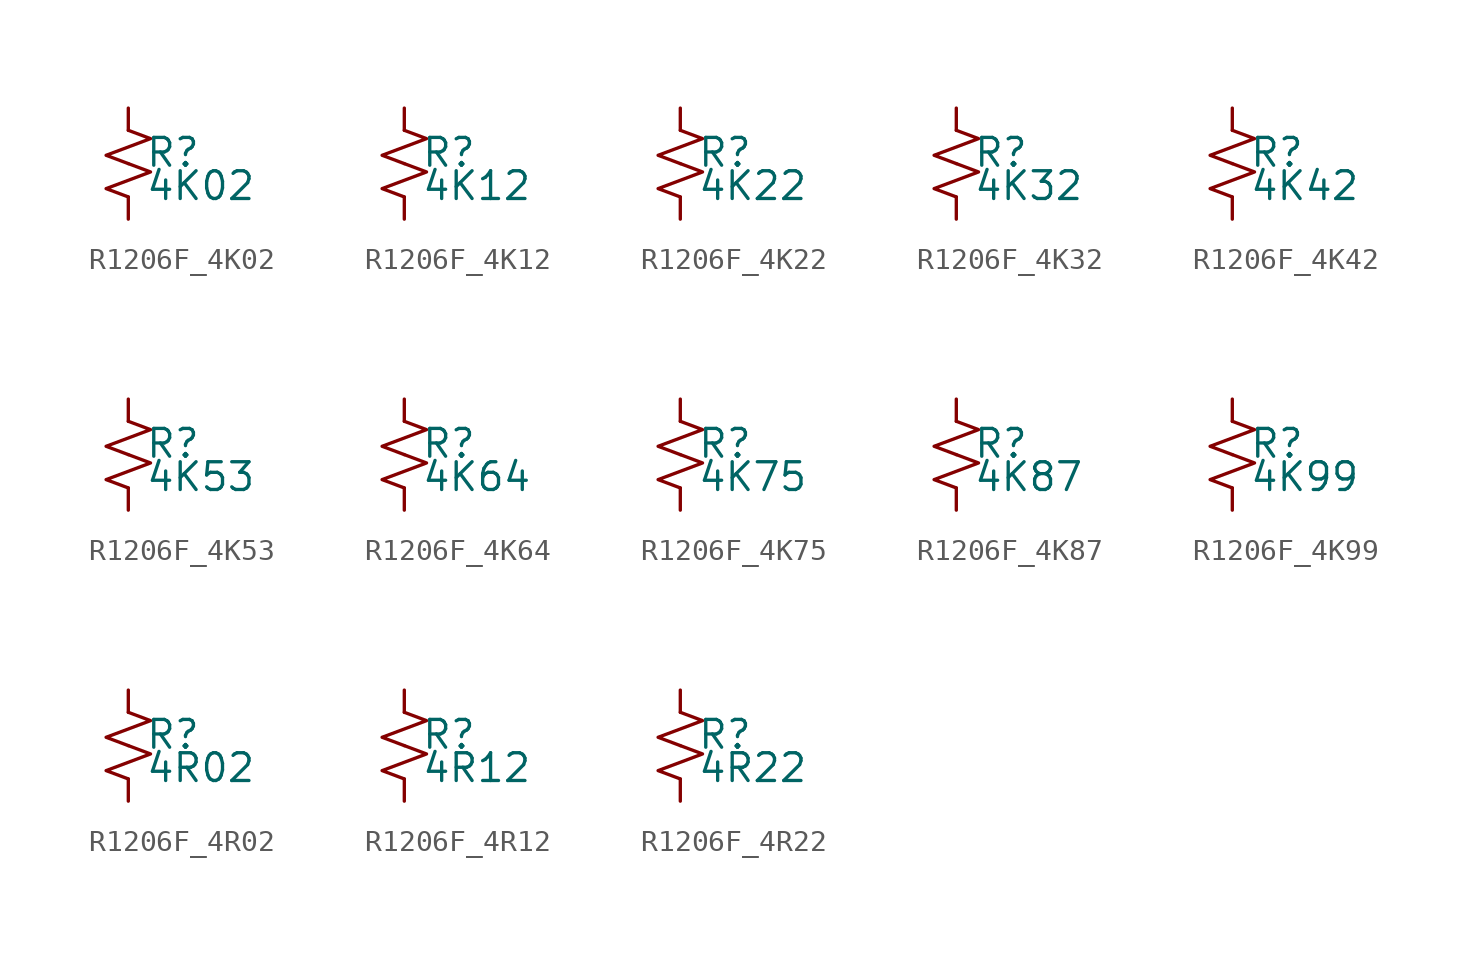
<source format=kicad_sym>
(kicad_symbol_lib
  (version 20220914)
  (generator kicad_symbol_editor)
  (symbol "R1206F_4K02"
    (pin_numbers hide)
    (pin_names
      (offset 0.254) hide)
    (property "Reference" "R"
      (at 0.762 0.508 0)
      (effects (font (size 1.27 1.27)) (justify left)))
    (property "Value" "4K02"
      (at 0.762 -1.016 0)
      (effects (font (size 1.27 1.27)) (justify left)))
    (symbol "R1206F_4K02_1_1"
      (polyline (pts (xy 0 0) (xy 1.016 -0.381) (xy 0 -0.762) (xy -1.016 -1.143) (xy 0 -1.524)) (stroke (width 0) (type default)) (fill (type none)))
      (polyline (pts (xy 0 1.524) (xy 1.016 1.143) (xy 0 0.762) (xy -1.016 0.381) (xy 0 0)) (stroke (width 0) (type default)) (fill (type none)))
      (pin passive line (at 0 2.54 270) (length 1.016) (name "~" (effects (font (size 1.27 1.27)))) (number "1" (effects (font (size 1.27 1.27)))))
      (pin passive line (at 0 -2.54 90) (length 1.016) (name "~" (effects (font (size 1.27 1.27)))) (number "2" (effects (font (size 1.27 1.27)))))))
  (symbol "R1206F_4K12"
    (pin_numbers hide)
    (pin_names
      (offset 0.254) hide)
    (property "Reference" "R"
      (at 0.762 0.508 0)
      (effects (font (size 1.27 1.27)) (justify left)))
    (property "Value" "4K12"
      (at 0.762 -1.016 0)
      (effects (font (size 1.27 1.27)) (justify left)))
    (symbol "R1206F_4K12_1_1"
      (polyline (pts (xy 0 0) (xy 1.016 -0.381) (xy 0 -0.762) (xy -1.016 -1.143) (xy 0 -1.524)) (stroke (width 0) (type default)) (fill (type none)))
      (polyline (pts (xy 0 1.524) (xy 1.016 1.143) (xy 0 0.762) (xy -1.016 0.381) (xy 0 0)) (stroke (width 0) (type default)) (fill (type none)))
      (pin passive line (at 0 2.54 270) (length 1.016) (name "~" (effects (font (size 1.27 1.27)))) (number "1" (effects (font (size 1.27 1.27)))))
      (pin passive line (at 0 -2.54 90) (length 1.016) (name "~" (effects (font (size 1.27 1.27)))) (number "2" (effects (font (size 1.27 1.27)))))))
  (symbol "R1206F_4K22"
    (pin_numbers hide)
    (pin_names
      (offset 0.254) hide)
    (property "Reference" "R"
      (at 0.762 0.508 0)
      (effects (font (size 1.27 1.27)) (justify left)))
    (property "Value" "4K22"
      (at 0.762 -1.016 0)
      (effects (font (size 1.27 1.27)) (justify left)))
    (symbol "R1206F_4K22_1_1"
      (polyline (pts (xy 0 0) (xy 1.016 -0.381) (xy 0 -0.762) (xy -1.016 -1.143) (xy 0 -1.524)) (stroke (width 0) (type default)) (fill (type none)))
      (polyline (pts (xy 0 1.524) (xy 1.016 1.143) (xy 0 0.762) (xy -1.016 0.381) (xy 0 0)) (stroke (width 0) (type default)) (fill (type none)))
      (pin passive line (at 0 2.54 270) (length 1.016) (name "~" (effects (font (size 1.27 1.27)))) (number "1" (effects (font (size 1.27 1.27)))))
      (pin passive line (at 0 -2.54 90) (length 1.016) (name "~" (effects (font (size 1.27 1.27)))) (number "2" (effects (font (size 1.27 1.27)))))))
  (symbol "R1206F_4K32"
    (pin_numbers hide)
    (pin_names
      (offset 0.254) hide)
    (property "Reference" "R"
      (at 0.762 0.508 0)
      (effects (font (size 1.27 1.27)) (justify left)))
    (property "Value" "4K32"
      (at 0.762 -1.016 0)
      (effects (font (size 1.27 1.27)) (justify left)))
    (symbol "R1206F_4K32_1_1"
      (polyline (pts (xy 0 0) (xy 1.016 -0.381) (xy 0 -0.762) (xy -1.016 -1.143) (xy 0 -1.524)) (stroke (width 0) (type default)) (fill (type none)))
      (polyline (pts (xy 0 1.524) (xy 1.016 1.143) (xy 0 0.762) (xy -1.016 0.381) (xy 0 0)) (stroke (width 0) (type default)) (fill (type none)))
      (pin passive line (at 0 2.54 270) (length 1.016) (name "~" (effects (font (size 1.27 1.27)))) (number "1" (effects (font (size 1.27 1.27)))))
      (pin passive line (at 0 -2.54 90) (length 1.016) (name "~" (effects (font (size 1.27 1.27)))) (number "2" (effects (font (size 1.27 1.27)))))))
  (symbol "R1206F_4K42"
    (pin_numbers hide)
    (pin_names
      (offset 0.254) hide)
    (property "Reference" "R"
      (at 0.762 0.508 0)
      (effects (font (size 1.27 1.27)) (justify left)))
    (property "Value" "4K42"
      (at 0.762 -1.016 0)
      (effects (font (size 1.27 1.27)) (justify left)))
    (symbol "R1206F_4K42_1_1"
      (polyline (pts (xy 0 0) (xy 1.016 -0.381) (xy 0 -0.762) (xy -1.016 -1.143) (xy 0 -1.524)) (stroke (width 0) (type default)) (fill (type none)))
      (polyline (pts (xy 0 1.524) (xy 1.016 1.143) (xy 0 0.762) (xy -1.016 0.381) (xy 0 0)) (stroke (width 0) (type default)) (fill (type none)))
      (pin passive line (at 0 2.54 270) (length 1.016) (name "~" (effects (font (size 1.27 1.27)))) (number "1" (effects (font (size 1.27 1.27)))))
      (pin passive line (at 0 -2.54 90) (length 1.016) (name "~" (effects (font (size 1.27 1.27)))) (number "2" (effects (font (size 1.27 1.27)))))))
  (symbol "R1206F_4K53"
    (pin_numbers hide)
    (pin_names
      (offset 0.254) hide)
    (property "Reference" "R"
      (at 0.762 0.508 0)
      (effects (font (size 1.27 1.27)) (justify left)))
    (property "Value" "4K53"
      (at 0.762 -1.016 0)
      (effects (font (size 1.27 1.27)) (justify left)))
    (symbol "R1206F_4K53_1_1"
      (polyline (pts (xy 0 0) (xy 1.016 -0.381) (xy 0 -0.762) (xy -1.016 -1.143) (xy 0 -1.524)) (stroke (width 0) (type default)) (fill (type none)))
      (polyline (pts (xy 0 1.524) (xy 1.016 1.143) (xy 0 0.762) (xy -1.016 0.381) (xy 0 0)) (stroke (width 0) (type default)) (fill (type none)))
      (pin passive line (at 0 2.54 270) (length 1.016) (name "~" (effects (font (size 1.27 1.27)))) (number "1" (effects (font (size 1.27 1.27)))))
      (pin passive line (at 0 -2.54 90) (length 1.016) (name "~" (effects (font (size 1.27 1.27)))) (number "2" (effects (font (size 1.27 1.27)))))))
  (symbol "R1206F_4K64"
    (pin_numbers hide)
    (pin_names
      (offset 0.254) hide)
    (property "Reference" "R"
      (at 0.762 0.508 0)
      (effects (font (size 1.27 1.27)) (justify left)))
    (property "Value" "4K64"
      (at 0.762 -1.016 0)
      (effects (font (size 1.27 1.27)) (justify left)))
    (symbol "R1206F_4K64_1_1"
      (polyline (pts (xy 0 0) (xy 1.016 -0.381) (xy 0 -0.762) (xy -1.016 -1.143) (xy 0 -1.524)) (stroke (width 0) (type default)) (fill (type none)))
      (polyline (pts (xy 0 1.524) (xy 1.016 1.143) (xy 0 0.762) (xy -1.016 0.381) (xy 0 0)) (stroke (width 0) (type default)) (fill (type none)))
      (pin passive line (at 0 2.54 270) (length 1.016) (name "~" (effects (font (size 1.27 1.27)))) (number "1" (effects (font (size 1.27 1.27)))))
      (pin passive line (at 0 -2.54 90) (length 1.016) (name "~" (effects (font (size 1.27 1.27)))) (number "2" (effects (font (size 1.27 1.27)))))))
  (symbol "R1206F_4K75"
    (pin_numbers hide)
    (pin_names
      (offset 0.254) hide)
    (property "Reference" "R"
      (at 0.762 0.508 0)
      (effects (font (size 1.27 1.27)) (justify left)))
    (property "Value" "4K75"
      (at 0.762 -1.016 0)
      (effects (font (size 1.27 1.27)) (justify left)))
    (symbol "R1206F_4K75_1_1"
      (polyline (pts (xy 0 0) (xy 1.016 -0.381) (xy 0 -0.762) (xy -1.016 -1.143) (xy 0 -1.524)) (stroke (width 0) (type default)) (fill (type none)))
      (polyline (pts (xy 0 1.524) (xy 1.016 1.143) (xy 0 0.762) (xy -1.016 0.381) (xy 0 0)) (stroke (width 0) (type default)) (fill (type none)))
      (pin passive line (at 0 2.54 270) (length 1.016) (name "~" (effects (font (size 1.27 1.27)))) (number "1" (effects (font (size 1.27 1.27)))))
      (pin passive line (at 0 -2.54 90) (length 1.016) (name "~" (effects (font (size 1.27 1.27)))) (number "2" (effects (font (size 1.27 1.27)))))))
  (symbol "R1206F_4K87"
    (pin_numbers hide)
    (pin_names
      (offset 0.254) hide)
    (property "Reference" "R"
      (at 0.762 0.508 0)
      (effects (font (size 1.27 1.27)) (justify left)))
    (property "Value" "4K87"
      (at 0.762 -1.016 0)
      (effects (font (size 1.27 1.27)) (justify left)))
    (symbol "R1206F_4K87_1_1"
      (polyline (pts (xy 0 0) (xy 1.016 -0.381) (xy 0 -0.762) (xy -1.016 -1.143) (xy 0 -1.524)) (stroke (width 0) (type default)) (fill (type none)))
      (polyline (pts (xy 0 1.524) (xy 1.016 1.143) (xy 0 0.762) (xy -1.016 0.381) (xy 0 0)) (stroke (width 0) (type default)) (fill (type none)))
      (pin passive line (at 0 2.54 270) (length 1.016) (name "~" (effects (font (size 1.27 1.27)))) (number "1" (effects (font (size 1.27 1.27)))))
      (pin passive line (at 0 -2.54 90) (length 1.016) (name "~" (effects (font (size 1.27 1.27)))) (number "2" (effects (font (size 1.27 1.27)))))))
  (symbol "R1206F_4K99"
    (pin_numbers hide)
    (pin_names
      (offset 0.254) hide)
    (property "Reference" "R"
      (at 0.762 0.508 0)
      (effects (font (size 1.27 1.27)) (justify left)))
    (property "Value" "4K99"
      (at 0.762 -1.016 0)
      (effects (font (size 1.27 1.27)) (justify left)))
    (symbol "R1206F_4K99_1_1"
      (polyline (pts (xy 0 0) (xy 1.016 -0.381) (xy 0 -0.762) (xy -1.016 -1.143) (xy 0 -1.524)) (stroke (width 0) (type default)) (fill (type none)))
      (polyline (pts (xy 0 1.524) (xy 1.016 1.143) (xy 0 0.762) (xy -1.016 0.381) (xy 0 0)) (stroke (width 0) (type default)) (fill (type none)))
      (pin passive line (at 0 2.54 270) (length 1.016) (name "~" (effects (font (size 1.27 1.27)))) (number "1" (effects (font (size 1.27 1.27)))))
      (pin passive line (at 0 -2.54 90) (length 1.016) (name "~" (effects (font (size 1.27 1.27)))) (number "2" (effects (font (size 1.27 1.27)))))))
  (symbol "R1206F_4R02"
    (pin_numbers hide)
    (pin_names
      (offset 0.254) hide)
    (property "Reference" "R"
      (at 0.762 0.508 0)
      (effects (font (size 1.27 1.27)) (justify left)))
    (property "Value" "4R02"
      (at 0.762 -1.016 0)
      (effects (font (size 1.27 1.27)) (justify left)))
    (symbol "R1206F_4R02_1_1"
      (polyline (pts (xy 0 0) (xy 1.016 -0.381) (xy 0 -0.762) (xy -1.016 -1.143) (xy 0 -1.524)) (stroke (width 0) (type default)) (fill (type none)))
      (polyline (pts (xy 0 1.524) (xy 1.016 1.143) (xy 0 0.762) (xy -1.016 0.381) (xy 0 0)) (stroke (width 0) (type default)) (fill (type none)))
      (pin passive line (at 0 2.54 270) (length 1.016) (name "~" (effects (font (size 1.27 1.27)))) (number "1" (effects (font (size 1.27 1.27)))))
      (pin passive line (at 0 -2.54 90) (length 1.016) (name "~" (effects (font (size 1.27 1.27)))) (number "2" (effects (font (size 1.27 1.27)))))))
  (symbol "R1206F_4R12"
    (pin_numbers hide)
    (pin_names
      (offset 0.254) hide)
    (property "Reference" "R"
      (at 0.762 0.508 0)
      (effects (font (size 1.27 1.27)) (justify left)))
    (property "Value" "4R12"
      (at 0.762 -1.016 0)
      (effects (font (size 1.27 1.27)) (justify left)))
    (symbol "R1206F_4R12_1_1"
      (polyline (pts (xy 0 0) (xy 1.016 -0.381) (xy 0 -0.762) (xy -1.016 -1.143) (xy 0 -1.524)) (stroke (width 0) (type default)) (fill (type none)))
      (polyline (pts (xy 0 1.524) (xy 1.016 1.143) (xy 0 0.762) (xy -1.016 0.381) (xy 0 0)) (stroke (width 0) (type default)) (fill (type none)))
      (pin passive line (at 0 2.54 270) (length 1.016) (name "~" (effects (font (size 1.27 1.27)))) (number "1" (effects (font (size 1.27 1.27)))))
      (pin passive line (at 0 -2.54 90) (length 1.016) (name "~" (effects (font (size 1.27 1.27)))) (number "2" (effects (font (size 1.27 1.27)))))))
  (symbol "R1206F_4R22"
    (pin_numbers hide)
    (pin_names
      (offset 0.254) hide)
    (property "Reference" "R"
      (at 0.762 0.508 0)
      (effects (font (size 1.27 1.27)) (justify left)))
    (property "Value" "4R22"
      (at 0.762 -1.016 0)
      (effects (font (size 1.27 1.27)) (justify left)))
    (symbol "R1206F_4R22_1_1"
      (polyline (pts (xy 0 0) (xy 1.016 -0.381) (xy 0 -0.762) (xy -1.016 -1.143) (xy 0 -1.524)) (stroke (width 0) (type default)) (fill (type none)))
      (polyline (pts (xy 0 1.524) (xy 1.016 1.143) (xy 0 0.762) (xy -1.016 0.381) (xy 0 0)) (stroke (width 0) (type default)) (fill (type none)))
      (pin passive line (at 0 2.54 270) (length 1.016) (name "~" (effects (font (size 1.27 1.27)))) (number "1" (effects (font (size 1.27 1.27)))))
      (pin passive line (at 0 -2.54 90) (length 1.016) (name "~" (effects (font (size 1.27 1.27)))) (number "2" (effects (font (size 1.27 1.27))))))))
</source>
